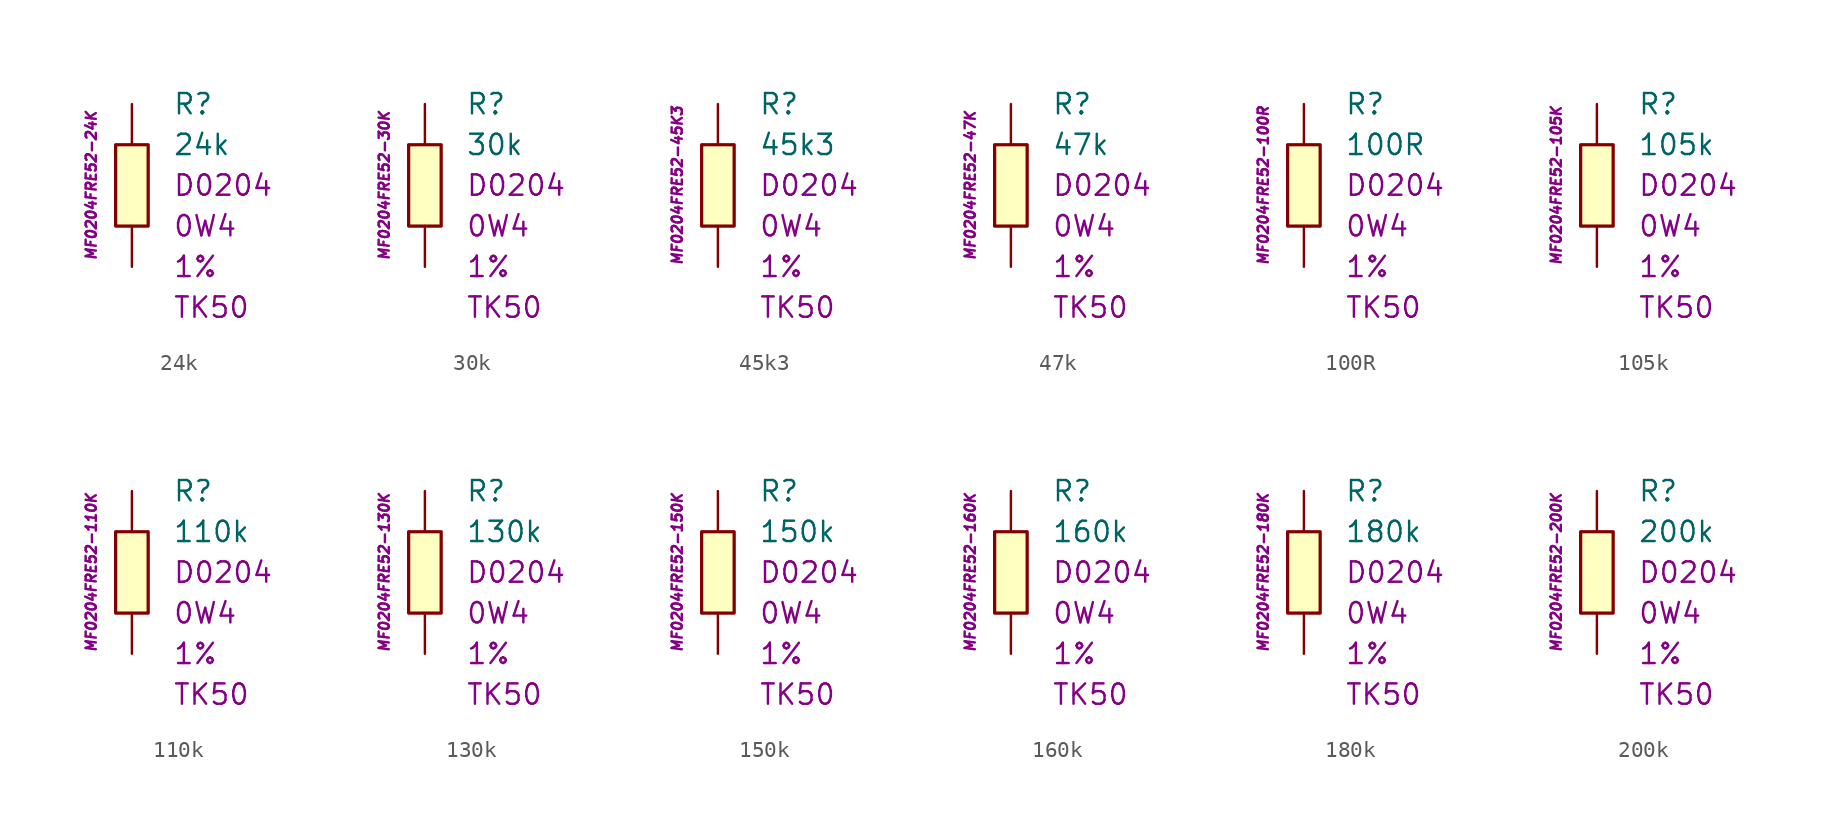
<source format=kicad_sym>
(kicad_symbol_lib
  (version 20201005)
  (generator kicad_symbol_editor)
  (symbol "24k"
    (pin_numbers hide)
    (pin_names
      (offset 1.016) hide)
    (property "Reference" "R"
      (at 2.54 5.08 0)
      (effects (font (size 1.27 1.27)) (justify left)))
    (property "Value" "24k"
      (at 2.54 2.54 0)
      (effects (font (size 1.27 1.27)) (justify left)))
    (property "Package" "D0204"
      (at 2.54 0 0)
      (effects (font (size 1.27 1.27)) (justify left)))
    (property "Power" "0W4"
      (at 2.54 -2.54 0)
      (effects (font (size 1.27 1.27)) (justify left)))
    (property "Tolerance" "1%"
      (at 2.54 -5.08 0)
      (effects (font (size 1.27 1.27)) (justify left)))
    (property "TK" "TK50"
      (at 2.54 -7.62 0)
      (effects (font (size 1.27 1.27)) (justify left)))
    (property "ID" "MF0204FRE52-24K"
      (at -2.54 0 90)
      (effects (font (size 0.635 0.635) italic)))
    (symbol "24k_0_1"
      (rectangle (start -1.016 2.54) (end 1.016 -2.54) (stroke (width 0.203)) (fill (type background))))
    (symbol "24k_1_1"
      (pin passive line (at 0 5.08 270) (length 2.54) (name "~" (effects (font (size 1.778 1.778)))) (number "1" (effects (font (size 1.778 1.778)))))
      (pin passive line (at 0 -5.08 90) (length 2.54) (name "~" (effects (font (size 1.778 1.778)))) (number "2" (effects (font (size 1.778 1.778)))))))
  (symbol "30k"
    (pin_numbers hide)
    (pin_names
      (offset 1.016) hide)
    (property "Reference" "R"
      (at 2.54 5.08 0)
      (effects (font (size 1.27 1.27)) (justify left)))
    (property "Value" "30k"
      (at 2.54 2.54 0)
      (effects (font (size 1.27 1.27)) (justify left)))
    (property "Package" "D0204"
      (at 2.54 0 0)
      (effects (font (size 1.27 1.27)) (justify left)))
    (property "Power" "0W4"
      (at 2.54 -2.54 0)
      (effects (font (size 1.27 1.27)) (justify left)))
    (property "Tolerance" "1%"
      (at 2.54 -5.08 0)
      (effects (font (size 1.27 1.27)) (justify left)))
    (property "TK" "TK50"
      (at 2.54 -7.62 0)
      (effects (font (size 1.27 1.27)) (justify left)))
    (property "ID" "MF0204FRE52-30K"
      (at -2.54 0 90)
      (effects (font (size 0.635 0.635) italic)))
    (symbol "30k_0_1"
      (rectangle (start -1.016 2.54) (end 1.016 -2.54) (stroke (width 0.203)) (fill (type background))))
    (symbol "30k_1_1"
      (pin passive line (at 0 5.08 270) (length 2.54) (name "~" (effects (font (size 1.778 1.778)))) (number "1" (effects (font (size 1.778 1.778)))))
      (pin passive line (at 0 -5.08 90) (length 2.54) (name "~" (effects (font (size 1.778 1.778)))) (number "2" (effects (font (size 1.778 1.778)))))))
  (symbol "45k3"
    (pin_numbers hide)
    (pin_names
      (offset 1.016) hide)
    (property "Reference" "R"
      (at 2.54 5.08 0)
      (effects (font (size 1.27 1.27)) (justify left)))
    (property "Value" "45k3"
      (at 2.54 2.54 0)
      (effects (font (size 1.27 1.27)) (justify left)))
    (property "Package" "D0204"
      (at 2.54 0 0)
      (effects (font (size 1.27 1.27)) (justify left)))
    (property "Power" "0W4"
      (at 2.54 -2.54 0)
      (effects (font (size 1.27 1.27)) (justify left)))
    (property "Tolerance" "1%"
      (at 2.54 -5.08 0)
      (effects (font (size 1.27 1.27)) (justify left)))
    (property "TK" "TK50"
      (at 2.54 -7.62 0)
      (effects (font (size 1.27 1.27)) (justify left)))
    (property "ID" "MF0204FRE52-45K3"
      (at -2.54 0 90)
      (effects (font (size 0.635 0.635) italic)))
    (symbol "45k3_0_1"
      (rectangle (start -1.016 2.54) (end 1.016 -2.54) (stroke (width 0.203)) (fill (type background))))
    (symbol "45k3_1_1"
      (pin passive line (at 0 5.08 270) (length 2.54) (name "~" (effects (font (size 1.778 1.778)))) (number "1" (effects (font (size 1.778 1.778)))))
      (pin passive line (at 0 -5.08 90) (length 2.54) (name "~" (effects (font (size 1.778 1.778)))) (number "2" (effects (font (size 1.778 1.778)))))))
  (symbol "47k"
    (pin_numbers hide)
    (pin_names
      (offset 1.016) hide)
    (property "Reference" "R"
      (at 2.54 5.08 0)
      (effects (font (size 1.27 1.27)) (justify left)))
    (property "Value" "47k"
      (at 2.54 2.54 0)
      (effects (font (size 1.27 1.27)) (justify left)))
    (property "Package" "D0204"
      (at 2.54 0 0)
      (effects (font (size 1.27 1.27)) (justify left)))
    (property "Power" "0W4"
      (at 2.54 -2.54 0)
      (effects (font (size 1.27 1.27)) (justify left)))
    (property "Tolerance" "1%"
      (at 2.54 -5.08 0)
      (effects (font (size 1.27 1.27)) (justify left)))
    (property "TK" "TK50"
      (at 2.54 -7.62 0)
      (effects (font (size 1.27 1.27)) (justify left)))
    (property "ID" "MF0204FRE52-47K"
      (at -2.54 0 90)
      (effects (font (size 0.635 0.635) italic)))
    (symbol "47k_0_1"
      (rectangle (start -1.016 2.54) (end 1.016 -2.54) (stroke (width 0.203)) (fill (type background))))
    (symbol "47k_1_1"
      (pin passive line (at 0 5.08 270) (length 2.54) (name "~" (effects (font (size 1.778 1.778)))) (number "1" (effects (font (size 1.778 1.778)))))
      (pin passive line (at 0 -5.08 90) (length 2.54) (name "~" (effects (font (size 1.778 1.778)))) (number "2" (effects (font (size 1.778 1.778)))))))
  (symbol "100R"
    (pin_numbers hide)
    (pin_names
      (offset 1.016) hide)
    (property "Reference" "R"
      (at 2.54 5.08 0)
      (effects (font (size 1.27 1.27)) (justify left)))
    (property "Value" "100R"
      (at 2.54 2.54 0)
      (effects (font (size 1.27 1.27)) (justify left)))
    (property "Package" "D0204"
      (at 2.54 0 0)
      (effects (font (size 1.27 1.27)) (justify left)))
    (property "Power" "0W4"
      (at 2.54 -2.54 0)
      (effects (font (size 1.27 1.27)) (justify left)))
    (property "Tolerance" "1%"
      (at 2.54 -5.08 0)
      (effects (font (size 1.27 1.27)) (justify left)))
    (property "TK" "TK50"
      (at 2.54 -7.62 0)
      (effects (font (size 1.27 1.27)) (justify left)))
    (property "ID" "MF0204FRE52-100R"
      (at -2.54 0 90)
      (effects (font (size 0.635 0.635) italic)))
    (symbol "100R_0_1"
      (rectangle (start -1.016 2.54) (end 1.016 -2.54) (stroke (width 0.203)) (fill (type background))))
    (symbol "100R_1_1"
      (pin passive line (at 0 5.08 270) (length 2.54) (name "~" (effects (font (size 1.778 1.778)))) (number "1" (effects (font (size 1.778 1.778)))))
      (pin passive line (at 0 -5.08 90) (length 2.54) (name "~" (effects (font (size 1.778 1.778)))) (number "2" (effects (font (size 1.778 1.778)))))))
  (symbol "105k"
    (pin_numbers hide)
    (pin_names
      (offset 1.016) hide)
    (property "Reference" "R"
      (at 2.54 5.08 0)
      (effects (font (size 1.27 1.27)) (justify left)))
    (property "Value" "105k"
      (at 2.54 2.54 0)
      (effects (font (size 1.27 1.27)) (justify left)))
    (property "Package" "D0204"
      (at 2.54 0 0)
      (effects (font (size 1.27 1.27)) (justify left)))
    (property "Power" "0W4"
      (at 2.54 -2.54 0)
      (effects (font (size 1.27 1.27)) (justify left)))
    (property "Tolerance" "1%"
      (at 2.54 -5.08 0)
      (effects (font (size 1.27 1.27)) (justify left)))
    (property "TK" "TK50"
      (at 2.54 -7.62 0)
      (effects (font (size 1.27 1.27)) (justify left)))
    (property "ID" "MF0204FRE52-105K"
      (at -2.54 0 90)
      (effects (font (size 0.635 0.635) italic)))
    (symbol "105k_0_1"
      (rectangle (start -1.016 2.54) (end 1.016 -2.54) (stroke (width 0.203)) (fill (type background))))
    (symbol "105k_1_1"
      (pin passive line (at 0 5.08 270) (length 2.54) (name "~" (effects (font (size 1.778 1.778)))) (number "1" (effects (font (size 1.778 1.778)))))
      (pin passive line (at 0 -5.08 90) (length 2.54) (name "~" (effects (font (size 1.778 1.778)))) (number "2" (effects (font (size 1.778 1.778)))))))
  (symbol "110k"
    (pin_numbers hide)
    (pin_names
      (offset 1.016) hide)
    (property "Reference" "R"
      (at 2.54 5.08 0)
      (effects (font (size 1.27 1.27)) (justify left)))
    (property "Value" "110k"
      (at 2.54 2.54 0)
      (effects (font (size 1.27 1.27)) (justify left)))
    (property "Package" "D0204"
      (at 2.54 0 0)
      (effects (font (size 1.27 1.27)) (justify left)))
    (property "Power" "0W4"
      (at 2.54 -2.54 0)
      (effects (font (size 1.27 1.27)) (justify left)))
    (property "Tolerance" "1%"
      (at 2.54 -5.08 0)
      (effects (font (size 1.27 1.27)) (justify left)))
    (property "TK" "TK50"
      (at 2.54 -7.62 0)
      (effects (font (size 1.27 1.27)) (justify left)))
    (property "ID" "MF0204FRE52-110K"
      (at -2.54 0 90)
      (effects (font (size 0.635 0.635) italic)))
    (symbol "110k_0_1"
      (rectangle (start -1.016 2.54) (end 1.016 -2.54) (stroke (width 0.203)) (fill (type background))))
    (symbol "110k_1_1"
      (pin passive line (at 0 5.08 270) (length 2.54) (name "~" (effects (font (size 1.778 1.778)))) (number "1" (effects (font (size 1.778 1.778)))))
      (pin passive line (at 0 -5.08 90) (length 2.54) (name "~" (effects (font (size 1.778 1.778)))) (number "2" (effects (font (size 1.778 1.778)))))))
  (symbol "130k"
    (pin_numbers hide)
    (pin_names
      (offset 1.016) hide)
    (property "Reference" "R"
      (at 2.54 5.08 0)
      (effects (font (size 1.27 1.27)) (justify left)))
    (property "Value" "130k"
      (at 2.54 2.54 0)
      (effects (font (size 1.27 1.27)) (justify left)))
    (property "Package" "D0204"
      (at 2.54 0 0)
      (effects (font (size 1.27 1.27)) (justify left)))
    (property "Power" "0W4"
      (at 2.54 -2.54 0)
      (effects (font (size 1.27 1.27)) (justify left)))
    (property "Tolerance" "1%"
      (at 2.54 -5.08 0)
      (effects (font (size 1.27 1.27)) (justify left)))
    (property "TK" "TK50"
      (at 2.54 -7.62 0)
      (effects (font (size 1.27 1.27)) (justify left)))
    (property "ID" "MF0204FRE52-130K"
      (at -2.54 0 90)
      (effects (font (size 0.635 0.635) italic)))
    (symbol "130k_0_1"
      (rectangle (start -1.016 2.54) (end 1.016 -2.54) (stroke (width 0.203)) (fill (type background))))
    (symbol "130k_1_1"
      (pin passive line (at 0 5.08 270) (length 2.54) (name "~" (effects (font (size 1.778 1.778)))) (number "1" (effects (font (size 1.778 1.778)))))
      (pin passive line (at 0 -5.08 90) (length 2.54) (name "~" (effects (font (size 1.778 1.778)))) (number "2" (effects (font (size 1.778 1.778)))))))
  (symbol "150k"
    (pin_numbers hide)
    (pin_names
      (offset 1.016) hide)
    (property "Reference" "R"
      (at 2.54 5.08 0)
      (effects (font (size 1.27 1.27)) (justify left)))
    (property "Value" "150k"
      (at 2.54 2.54 0)
      (effects (font (size 1.27 1.27)) (justify left)))
    (property "Package" "D0204"
      (at 2.54 0 0)
      (effects (font (size 1.27 1.27)) (justify left)))
    (property "Power" "0W4"
      (at 2.54 -2.54 0)
      (effects (font (size 1.27 1.27)) (justify left)))
    (property "Tolerance" "1%"
      (at 2.54 -5.08 0)
      (effects (font (size 1.27 1.27)) (justify left)))
    (property "TK" "TK50"
      (at 2.54 -7.62 0)
      (effects (font (size 1.27 1.27)) (justify left)))
    (property "ID" "MF0204FRE52-150K"
      (at -2.54 0 90)
      (effects (font (size 0.635 0.635) italic)))
    (symbol "150k_0_1"
      (rectangle (start -1.016 2.54) (end 1.016 -2.54) (stroke (width 0.203)) (fill (type background))))
    (symbol "150k_1_1"
      (pin passive line (at 0 5.08 270) (length 2.54) (name "~" (effects (font (size 1.778 1.778)))) (number "1" (effects (font (size 1.778 1.778)))))
      (pin passive line (at 0 -5.08 90) (length 2.54) (name "~" (effects (font (size 1.778 1.778)))) (number "2" (effects (font (size 1.778 1.778)))))))
  (symbol "160k"
    (pin_numbers hide)
    (pin_names
      (offset 1.016) hide)
    (property "Reference" "R"
      (at 2.54 5.08 0)
      (effects (font (size 1.27 1.27)) (justify left)))
    (property "Value" "160k"
      (at 2.54 2.54 0)
      (effects (font (size 1.27 1.27)) (justify left)))
    (property "Package" "D0204"
      (at 2.54 0 0)
      (effects (font (size 1.27 1.27)) (justify left)))
    (property "Power" "0W4"
      (at 2.54 -2.54 0)
      (effects (font (size 1.27 1.27)) (justify left)))
    (property "Tolerance" "1%"
      (at 2.54 -5.08 0)
      (effects (font (size 1.27 1.27)) (justify left)))
    (property "TK" "TK50"
      (at 2.54 -7.62 0)
      (effects (font (size 1.27 1.27)) (justify left)))
    (property "ID" "MF0204FRE52-160K"
      (at -2.54 0 90)
      (effects (font (size 0.635 0.635) italic)))
    (symbol "160k_0_1"
      (rectangle (start -1.016 2.54) (end 1.016 -2.54) (stroke (width 0.203)) (fill (type background))))
    (symbol "160k_1_1"
      (pin passive line (at 0 5.08 270) (length 2.54) (name "~" (effects (font (size 1.778 1.778)))) (number "1" (effects (font (size 1.778 1.778)))))
      (pin passive line (at 0 -5.08 90) (length 2.54) (name "~" (effects (font (size 1.778 1.778)))) (number "2" (effects (font (size 1.778 1.778)))))))
  (symbol "180k"
    (pin_numbers hide)
    (pin_names
      (offset 1.016) hide)
    (property "Reference" "R"
      (at 2.54 5.08 0)
      (effects (font (size 1.27 1.27)) (justify left)))
    (property "Value" "180k"
      (at 2.54 2.54 0)
      (effects (font (size 1.27 1.27)) (justify left)))
    (property "Package" "D0204"
      (at 2.54 0 0)
      (effects (font (size 1.27 1.27)) (justify left)))
    (property "Power" "0W4"
      (at 2.54 -2.54 0)
      (effects (font (size 1.27 1.27)) (justify left)))
    (property "Tolerance" "1%"
      (at 2.54 -5.08 0)
      (effects (font (size 1.27 1.27)) (justify left)))
    (property "TK" "TK50"
      (at 2.54 -7.62 0)
      (effects (font (size 1.27 1.27)) (justify left)))
    (property "ID" "MF0204FRE52-180K"
      (at -2.54 0 90)
      (effects (font (size 0.635 0.635) italic)))
    (symbol "180k_0_1"
      (rectangle (start -1.016 2.54) (end 1.016 -2.54) (stroke (width 0.203)) (fill (type background))))
    (symbol "180k_1_1"
      (pin passive line (at 0 5.08 270) (length 2.54) (name "~" (effects (font (size 1.778 1.778)))) (number "1" (effects (font (size 1.778 1.778)))))
      (pin passive line (at 0 -5.08 90) (length 2.54) (name "~" (effects (font (size 1.778 1.778)))) (number "2" (effects (font (size 1.778 1.778)))))))
  (symbol "200k"
    (pin_numbers hide)
    (pin_names
      (offset 1.016) hide)
    (property "Reference" "R"
      (at 2.54 5.08 0)
      (effects (font (size 1.27 1.27)) (justify left)))
    (property "Value" "200k"
      (at 2.54 2.54 0)
      (effects (font (size 1.27 1.27)) (justify left)))
    (property "Package" "D0204"
      (at 2.54 0 0)
      (effects (font (size 1.27 1.27)) (justify left)))
    (property "Power" "0W4"
      (at 2.54 -2.54 0)
      (effects (font (size 1.27 1.27)) (justify left)))
    (property "Tolerance" "1%"
      (at 2.54 -5.08 0)
      (effects (font (size 1.27 1.27)) (justify left)))
    (property "TK" "TK50"
      (at 2.54 -7.62 0)
      (effects (font (size 1.27 1.27)) (justify left)))
    (property "ID" "MF0204FRE52-200K"
      (at -2.54 0 90)
      (effects (font (size 0.635 0.635) italic)))
    (symbol "200k_0_1"
      (rectangle (start -1.016 2.54) (end 1.016 -2.54) (stroke (width 0.203)) (fill (type background))))
    (symbol "200k_1_1"
      (pin passive line (at 0 5.08 270) (length 2.54) (name "~" (effects (font (size 1.778 1.778)))) (number "1" (effects (font (size 1.778 1.778)))))
      (pin passive line (at 0 -5.08 90) (length 2.54) (name "~" (effects (font (size 1.778 1.778)))) (number "2" (effects (font (size 1.778 1.778))))))))
</source>
